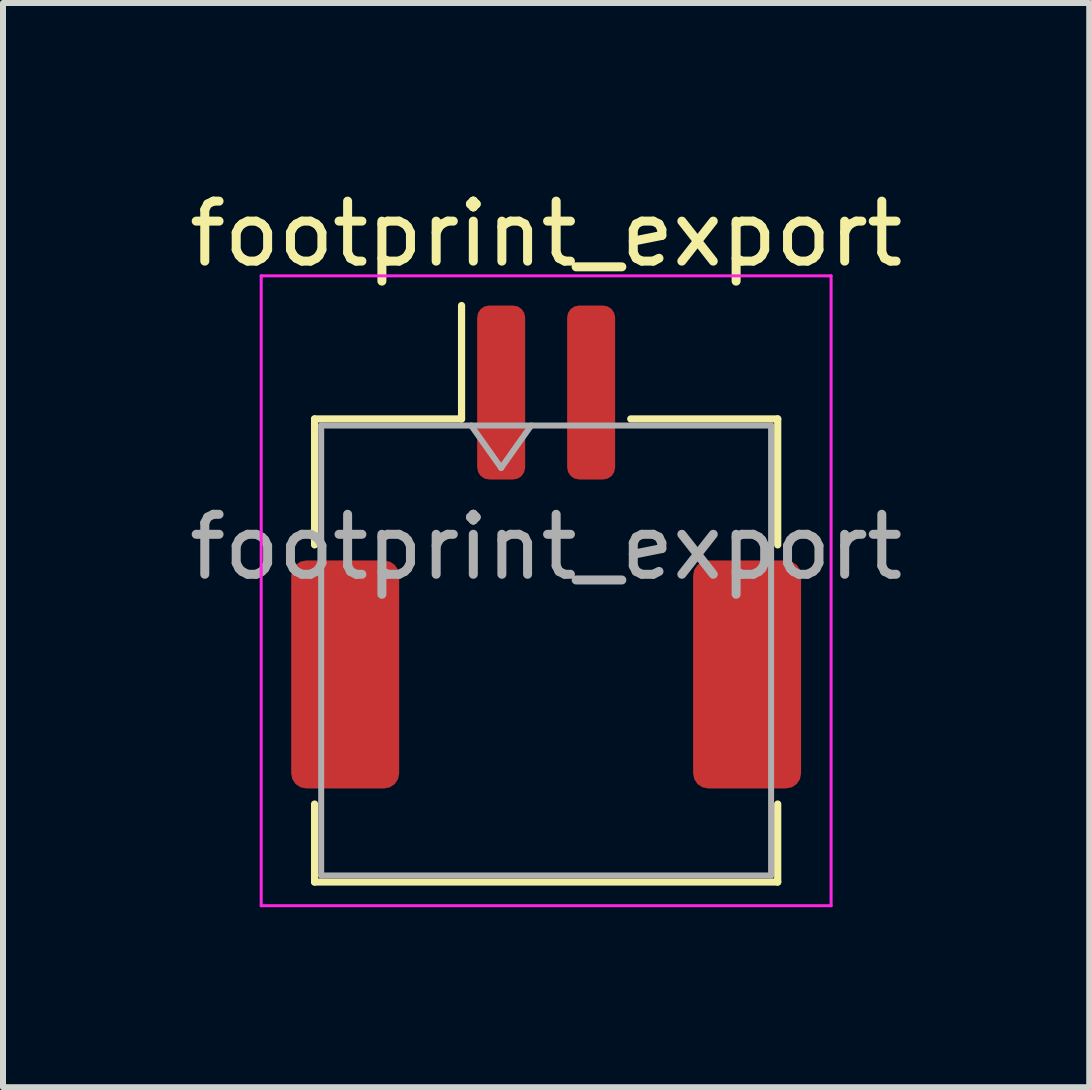
<source format=kicad_pcb>
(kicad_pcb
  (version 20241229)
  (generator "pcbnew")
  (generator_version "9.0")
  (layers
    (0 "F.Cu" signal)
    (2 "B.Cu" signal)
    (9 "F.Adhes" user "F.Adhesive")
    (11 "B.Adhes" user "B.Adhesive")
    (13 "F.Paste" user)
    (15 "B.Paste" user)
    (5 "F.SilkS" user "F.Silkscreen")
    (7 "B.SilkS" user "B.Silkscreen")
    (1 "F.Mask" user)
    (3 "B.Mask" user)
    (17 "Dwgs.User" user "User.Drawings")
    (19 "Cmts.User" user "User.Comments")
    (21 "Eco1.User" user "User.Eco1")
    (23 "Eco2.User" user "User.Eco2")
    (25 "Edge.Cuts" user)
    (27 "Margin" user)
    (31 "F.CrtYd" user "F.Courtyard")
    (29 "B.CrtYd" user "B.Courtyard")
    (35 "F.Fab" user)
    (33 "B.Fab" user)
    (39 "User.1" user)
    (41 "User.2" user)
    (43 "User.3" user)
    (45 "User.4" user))
  (footprint "footprint_export"
    (layer "F.Cu")
    (at 6.054 6.068)
    (property "Reference" "footprint_export" (at 0 -5.22 0) (layer "F.SilkS") (effects (font (size 1 1) (thickness 0.15))))
    (attr smd)
    (fp_line (start -3.86 -2.135) (end -1.41 -2.135) (stroke (width 0.12) (type solid)) (layer "F.SilkS"))
    (fp_line (start -3.86 -0.035) (end -3.86 -2.135) (stroke (width 0.12) (type solid)) (layer "F.SilkS"))
    (fp_line (start -3.86 4.285) (end -3.86 5.585) (stroke (width 0.12) (type solid)) (layer "F.SilkS"))
    (fp_line (start -3.86 5.585) (end 3.86 5.585) (stroke (width 0.12) (type solid)) (layer "F.SilkS"))
    (fp_line (start -1.41 -2.135) (end -1.41 -4.025) (stroke (width 0.12) (type solid)) (layer "F.SilkS"))
    (fp_line (start 3.86 -2.135) (end 1.41 -2.135) (stroke (width 0.12) (type solid)) (layer "F.SilkS"))
    (fp_line (start 3.86 -0.035) (end 3.86 -2.135) (stroke (width 0.12) (type solid)) (layer "F.SilkS"))
    (fp_line (start 3.86 5.585) (end 3.86 4.285) (stroke (width 0.12) (type solid)) (layer "F.SilkS"))
    (fp_line (start -4.75 -4.52) (end -4.75 5.98) (stroke (width 0.05) (type solid)) (layer "F.CrtYd"))
    (fp_line (start -4.75 5.98) (end 4.75 5.98) (stroke (width 0.05) (type solid)) (layer "F.CrtYd"))
    (fp_line (start 4.75 -4.52) (end -4.75 -4.52) (stroke (width 0.05) (type solid)) (layer "F.CrtYd"))
    (fp_line (start 4.75 5.98) (end 4.75 -4.52) (stroke (width 0.05) (type solid)) (layer "F.CrtYd"))
    (fp_line (start -3.75 -2.025) (end -3.75 5.475) (stroke (width 0.1) (type solid)) (layer "F.Fab"))
    (fp_line (start -3.75 -2.025) (end 3.75 -2.025) (stroke (width 0.1) (type solid)) (layer "F.Fab"))
    (fp_line (start -3.75 5.475) (end 3.75 5.475) (stroke (width 0.1) (type solid)) (layer "F.Fab"))
    (fp_line (start -1.25 -2.025) (end -0.75 -1.318) (stroke (width 0.1) (type solid)) (layer "F.Fab"))
    (fp_line (start -0.75 -1.318) (end -0.25 -2.025) (stroke (width 0.1) (type solid)) (layer "F.Fab"))
    (fp_line (start 3.75 -2.025) (end 3.75 5.475) (stroke (width 0.1) (type solid)) (layer "F.Fab"))
    (fp_text user "${REFERENCE}" (at 0 0 0) (layer "F.Fab") (effects (font (size 1 1) (thickness 0.15))))
    (pad "1" smd roundrect (at -0.75 -2.575) (size 0.8 2.9) (layers "F.Cu" "F.Mask" "F.Paste") (roundrect_rratio 0.25))
    (pad "2" smd roundrect (at 0.75 -2.575) (size 0.8 2.9) (layers "F.Cu" "F.Mask" "F.Paste") (roundrect_rratio 0.25))
    (pad "MP" smd roundrect (at -3.35 2.125) (size 1.8 3.8) (layers "F.Cu" "F.Mask" "F.Paste") (roundrect_rratio 0.139))
    (pad "MP" smd roundrect (at 3.35 2.125) (size 1.8 3.8) (layers "F.Cu" "F.Mask" "F.Paste") (roundrect_rratio 0.139)))
  (gr_rect
    (start -3 -3)
    (end 15.107 15.073)
    (stroke (width 0.1) (type default))
    (fill no)
    (layer "Edge.Cuts")))
</source>
